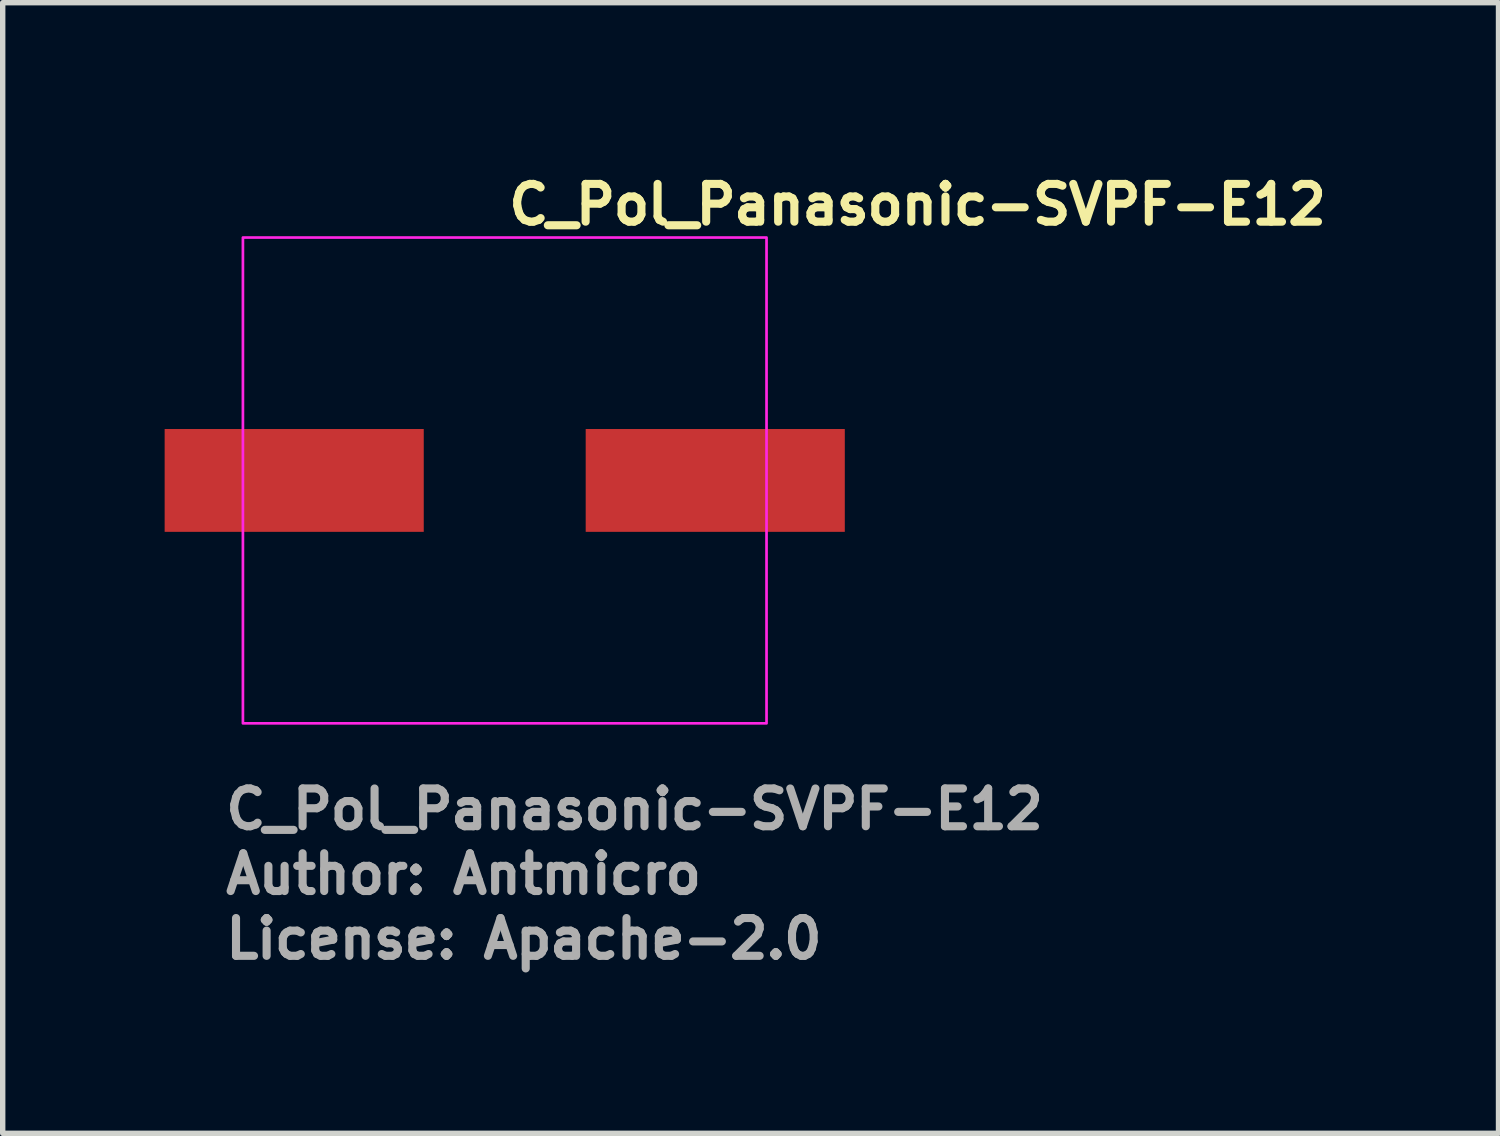
<source format=kicad_pcb>
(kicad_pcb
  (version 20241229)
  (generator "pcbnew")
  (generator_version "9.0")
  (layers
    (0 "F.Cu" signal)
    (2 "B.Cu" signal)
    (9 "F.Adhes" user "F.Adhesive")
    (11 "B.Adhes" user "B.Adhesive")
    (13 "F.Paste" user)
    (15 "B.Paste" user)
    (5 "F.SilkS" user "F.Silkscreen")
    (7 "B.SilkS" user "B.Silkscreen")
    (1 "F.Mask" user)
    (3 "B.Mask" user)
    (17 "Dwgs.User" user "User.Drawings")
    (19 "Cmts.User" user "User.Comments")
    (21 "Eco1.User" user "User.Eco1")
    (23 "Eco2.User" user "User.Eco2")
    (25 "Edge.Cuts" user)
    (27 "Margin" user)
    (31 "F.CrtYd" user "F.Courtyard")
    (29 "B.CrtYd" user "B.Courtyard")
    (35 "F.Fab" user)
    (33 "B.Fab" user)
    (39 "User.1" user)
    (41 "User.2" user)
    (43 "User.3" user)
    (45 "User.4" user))
  (footprint "C_Pol_Panasonic-SVPF-E12"
    (layer "F.Cu")
    (at 6.3 5.85)
    (property "Reference" "C_Pol_Panasonic-SVPF-E12" (at 0 -4.7 0) (unlocked yes) (layer "F.SilkS") (effects (font (size 0.7 0.7) (thickness 0.15)) (justify left bottom)))
    (attr smd)
    (fp_rect (start -4.85 -4.5) (end 4.85 4.5) (stroke (width 0.05) (type solid)) (fill no) (layer "F.CrtYd"))
    (fp_rect (start -4.597 -4.254) (end 4.597 4.254) (stroke (width 0.1) (type solid)) (fill no) (layer "User.5"))
    (fp_line (start -4.597 0.546) (end -4.597 -0.546) (stroke (width 0.02) (type solid)) (layer "User.9"))
    (fp_line (start -4.597 0.546) (end -4.254 0.546) (stroke (width 0.02) (type solid)) (layer "User.9"))
    (fp_line (start -4.254 -2.901) (end -4.254 -1.547) (stroke (width 0.02) (type solid)) (layer "User.9"))
    (fp_line (start -4.254 -1.547) (end -4.254 1.547) (stroke (width 0.02) (type solid)) (layer "User.9"))
    (fp_line (start -4.254 -1.547) (end -3.734 -1.547) (stroke (width 0.02) (type solid)) (layer "User.9"))
    (fp_line (start -4.254 -0.546) (end -4.597 -0.546) (stroke (width 0.02) (type solid)) (layer "User.9"))
    (fp_line (start -4.254 1.547) (end -4.254 2.901) (stroke (width 0.02) (type solid)) (layer "User.9"))
    (fp_line (start -4.254 2.901) (end -2.901 4.254) (stroke (width 0.02) (type solid)) (layer "User.9"))
    (fp_line (start -4.039 0) (end -4.039 0) (stroke (width 0.02) (type solid)) (layer "User.9"))
    (fp_line (start -4.039 0) (end -4.034 0.208) (stroke (width 0.02) (type solid)) (layer "User.9"))
    (fp_line (start -4.034 -0.208) (end -4.039 0) (stroke (width 0.02) (type solid)) (layer "User.9"))
    (fp_line (start -4.034 0.208) (end -4.018 0.413) (stroke (width 0.02) (type solid)) (layer "User.9"))
    (fp_line (start -4.018 -0.413) (end -4.034 -0.208) (stroke (width 0.02) (type solid)) (layer "User.9"))
    (fp_line (start -4.018 0.413) (end -3.993 0.615) (stroke (width 0.02) (type solid)) (layer "User.9"))
    (fp_line (start -3.993 -0.615) (end -4.018 -0.413) (stroke (width 0.02) (type solid)) (layer "User.9"))
    (fp_line (start -3.993 0.615) (end -3.957 0.814) (stroke (width 0.02) (type solid)) (layer "User.9"))
    (fp_line (start -3.957 -0.814) (end -3.993 -0.615) (stroke (width 0.02) (type solid)) (layer "User.9"))
    (fp_line (start -3.957 0.814) (end -3.912 1.009) (stroke (width 0.02) (type solid)) (layer "User.9"))
    (fp_line (start -3.912 -1.01) (end -3.957 -0.814) (stroke (width 0.02) (type solid)) (layer "User.9"))
    (fp_line (start -3.912 1.009) (end -3.858 1.201) (stroke (width 0.02) (type solid)) (layer "User.9"))
    (fp_line (start -3.858 -1.201) (end -3.912 -1.01) (stroke (width 0.02) (type solid)) (layer "User.9"))
    (fp_line (start -3.858 1.201) (end -3.794 1.389) (stroke (width 0.02) (type solid)) (layer "User.9"))
    (fp_line (start -3.794 -1.389) (end -3.858 -1.201) (stroke (width 0.02) (type solid)) (layer "User.9"))
    (fp_line (start -3.794 1.389) (end -3.722 1.572) (stroke (width 0.02) (type solid)) (layer "User.9"))
    (fp_line (start -3.734 1.547) (end -4.254 1.547) (stroke (width 0.02) (type solid)) (layer "User.9"))
    (fp_line (start -3.734 1.547) (end -3.653 1.73) (stroke (width 0.02) (type solid)) (layer "User.9"))
    (fp_line (start -3.722 -1.572) (end -3.794 -1.389) (stroke (width 0.02) (type solid)) (layer "User.9"))
    (fp_line (start -3.722 1.572) (end -3.641 1.751) (stroke (width 0.02) (type solid)) (layer "User.9"))
    (fp_line (start -3.653 -1.73) (end -3.734 -1.547) (stroke (width 0.02) (type solid)) (layer "User.9"))
    (fp_line (start -3.653 1.73) (end -3.563 1.908) (stroke (width 0.02) (type solid)) (layer "User.9"))
    (fp_line (start -3.641 -1.751) (end -3.722 -1.572) (stroke (width 0.02) (type solid)) (layer "User.9"))
    (fp_line (start -3.641 1.751) (end -3.552 1.925) (stroke (width 0.02) (type solid)) (layer "User.9"))
    (fp_line (start -3.563 -1.909) (end -3.653 -1.73) (stroke (width 0.02) (type solid)) (layer "User.9"))
    (fp_line (start -3.563 1.908) (end -3.465 2.081) (stroke (width 0.02) (type solid)) (layer "User.9"))
    (fp_line (start -3.552 -1.925) (end -3.641 -1.751) (stroke (width 0.02) (type solid)) (layer "User.9"))
    (fp_line (start -3.552 1.925) (end -3.454 2.094) (stroke (width 0.02) (type solid)) (layer "User.9"))
    (fp_line (start -3.465 -2.081) (end -3.563 -1.909) (stroke (width 0.02) (type solid)) (layer "User.9"))
    (fp_line (start -3.465 2.081) (end -3.358 2.249) (stroke (width 0.02) (type solid)) (layer "User.9"))
    (fp_line (start -3.454 -2.095) (end -3.552 -1.925) (stroke (width 0.02) (type solid)) (layer "User.9"))
    (fp_line (start -3.454 2.094) (end -3.349 2.258) (stroke (width 0.02) (type solid)) (layer "User.9"))
    (fp_line (start -3.358 -2.249) (end -3.465 -2.081) (stroke (width 0.02) (type solid)) (layer "User.9"))
    (fp_line (start -3.358 2.249) (end -3.244 2.41) (stroke (width 0.02) (type solid)) (layer "User.9"))
    (fp_line (start -3.349 -2.258) (end -3.454 -2.095) (stroke (width 0.02) (type solid)) (layer "User.9"))
    (fp_line (start -3.349 2.258) (end -3.237 2.417) (stroke (width 0.02) (type solid)) (layer "User.9"))
    (fp_line (start -3.244 -2.41) (end -3.358 -2.249) (stroke (width 0.02) (type solid)) (layer "User.9"))
    (fp_line (start -3.244 2.41) (end -3.123 2.566) (stroke (width 0.02) (type solid)) (layer "User.9"))
    (fp_line (start -3.237 -2.417) (end -3.349 -2.258) (stroke (width 0.02) (type solid)) (layer "User.9"))
    (fp_line (start -3.237 2.417) (end -3.117 2.569) (stroke (width 0.02) (type solid)) (layer "User.9"))
    (fp_line (start -3.123 -2.566) (end -3.244 -2.41) (stroke (width 0.02) (type solid)) (layer "User.9"))
    (fp_line (start -3.123 2.566) (end -2.994 2.715) (stroke (width 0.02) (type solid)) (layer "User.9"))
    (fp_line (start -3.117 -2.569) (end -3.237 -2.417) (stroke (width 0.02) (type solid)) (layer "User.9"))
    (fp_line (start -3.117 2.569) (end -2.99 2.716) (stroke (width 0.02) (type solid)) (layer "User.9"))
    (fp_line (start -2.994 -2.715) (end -3.123 -2.566) (stroke (width 0.02) (type solid)) (layer "User.9"))
    (fp_line (start -2.994 2.715) (end -2.858 2.858) (stroke (width 0.02) (type solid)) (layer "User.9"))
    (fp_line (start -2.99 -2.716) (end -3.117 -2.569) (stroke (width 0.02) (type solid)) (layer "User.9"))
    (fp_line (start -2.99 2.716) (end -2.856 2.856) (stroke (width 0.02) (type solid)) (layer "User.9"))
    (fp_line (start -2.901 -4.254) (end -4.254 -2.901) (stroke (width 0.02) (type solid)) (layer "User.9"))
    (fp_line (start -2.901 4.254) (end -1.547 4.254) (stroke (width 0.02) (type solid)) (layer "User.9"))
    (fp_line (start -2.858 -2.858) (end -2.994 -2.715) (stroke (width 0.02) (type solid)) (layer "User.9"))
    (fp_line (start -2.858 2.858) (end -2.715 2.994) (stroke (width 0.02) (type solid)) (layer "User.9"))
    (fp_line (start -2.856 -2.856) (end -2.99 -2.716) (stroke (width 0.02) (type solid)) (layer "User.9"))
    (fp_line (start -2.856 2.856) (end -2.716 2.99) (stroke (width 0.02) (type solid)) (layer "User.9"))
    (fp_line (start -2.716 -2.99) (end -2.856 -2.856) (stroke (width 0.02) (type solid)) (layer "User.9"))
    (fp_line (start -2.716 2.99) (end -2.569 3.117) (stroke (width 0.02) (type solid)) (layer "User.9"))
    (fp_line (start -2.715 -2.994) (end -2.858 -2.858) (stroke (width 0.02) (type solid)) (layer "User.9"))
    (fp_line (start -2.715 2.994) (end -2.566 3.123) (stroke (width 0.02) (type solid)) (layer "User.9"))
    (fp_line (start -2.569 -3.117) (end -2.716 -2.99) (stroke (width 0.02) (type solid)) (layer "User.9"))
    (fp_line (start -2.569 3.117) (end -2.417 3.237) (stroke (width 0.02) (type solid)) (layer "User.9"))
    (fp_line (start -2.566 -3.123) (end -2.715 -2.994) (stroke (width 0.02) (type solid)) (layer "User.9"))
    (fp_line (start -2.566 3.123) (end -2.41 3.244) (stroke (width 0.02) (type solid)) (layer "User.9"))
    (fp_line (start -2.417 -3.237) (end -2.569 -3.117) (stroke (width 0.02) (type solid)) (layer "User.9"))
    (fp_line (start -2.417 3.237) (end -2.258 3.349) (stroke (width 0.02) (type solid)) (layer "User.9"))
    (fp_line (start -2.41 -3.245) (end -2.566 -3.123) (stroke (width 0.02) (type solid)) (layer "User.9"))
    (fp_line (start -2.41 3.244) (end -2.249 3.358) (stroke (width 0.02) (type solid)) (layer "User.9"))
    (fp_line (start -2.258 -3.349) (end -2.417 -3.237) (stroke (width 0.02) (type solid)) (layer "User.9"))
    (fp_line (start -2.258 3.349) (end -2.094 3.454) (stroke (width 0.02) (type solid)) (layer "User.9"))
    (fp_line (start -2.249 -3.359) (end -2.41 -3.245) (stroke (width 0.02) (type solid)) (layer "User.9"))
    (fp_line (start -2.249 3.358) (end -2.081 3.465) (stroke (width 0.02) (type solid)) (layer "User.9"))
    (fp_line (start -2.094 -3.455) (end -2.258 -3.349) (stroke (width 0.02) (type solid)) (layer "User.9"))
    (fp_line (start -2.094 3.454) (end -1.925 3.552) (stroke (width 0.02) (type solid)) (layer "User.9"))
    (fp_line (start -2.081 -3.465) (end -2.249 -3.359) (stroke (width 0.02) (type solid)) (layer "User.9"))
    (fp_line (start -2.081 3.465) (end -1.908 3.563) (stroke (width 0.02) (type solid)) (layer "User.9"))
    (fp_line (start -1.925 -3.552) (end -2.094 -3.455) (stroke (width 0.02) (type solid)) (layer "User.9"))
    (fp_line (start -1.925 3.552) (end -1.751 3.641) (stroke (width 0.02) (type solid)) (layer "User.9"))
    (fp_line (start -1.908 -3.563) (end -2.081 -3.465) (stroke (width 0.02) (type solid)) (layer "User.9"))
    (fp_line (start -1.908 3.563) (end -1.73 3.653) (stroke (width 0.02) (type solid)) (layer "User.9"))
    (fp_line (start -1.751 -3.641) (end -1.925 -3.552) (stroke (width 0.02) (type solid)) (layer "User.9"))
    (fp_line (start -1.751 3.641) (end -1.572 3.722) (stroke (width 0.02) (type solid)) (layer "User.9"))
    (fp_line (start -1.73 -3.653) (end -1.908 -3.563) (stroke (width 0.02) (type solid)) (layer "User.9"))
    (fp_line (start -1.73 3.653) (end -1.547 3.734) (stroke (width 0.02) (type solid)) (layer "User.9"))
    (fp_line (start -1.572 -3.722) (end -1.751 -3.641) (stroke (width 0.02) (type solid)) (layer "User.9"))
    (fp_line (start -1.572 3.722) (end -1.389 3.794) (stroke (width 0.02) (type solid)) (layer "User.9"))
    (fp_line (start -1.547 -4.254) (end -2.901 -4.254) (stroke (width 0.02) (type solid)) (layer "User.9"))
    (fp_line (start -1.547 -3.734) (end -1.73 -3.653) (stroke (width 0.02) (type solid)) (layer "User.9"))
    (fp_line (start -1.547 -3.734) (end -1.547 -4.254) (stroke (width 0.02) (type solid)) (layer "User.9"))
    (fp_line (start -1.547 4.254) (end -1.547 3.734) (stroke (width 0.02) (type solid)) (layer "User.9"))
    (fp_line (start -1.547 4.254) (end 1.547 4.254) (stroke (width 0.02) (type solid)) (layer "User.9"))
    (fp_line (start -1.389 -3.794) (end -1.572 -3.722) (stroke (width 0.02) (type solid)) (layer "User.9"))
    (fp_line (start -1.389 3.794) (end -1.201 3.858) (stroke (width 0.02) (type solid)) (layer "User.9"))
    (fp_line (start -1.201 -3.858) (end -1.389 -3.794) (stroke (width 0.02) (type solid)) (layer "User.9"))
    (fp_line (start -1.201 3.858) (end -1.009 3.912) (stroke (width 0.02) (type solid)) (layer "User.9"))
    (fp_line (start -1.009 -3.912) (end -1.201 -3.858) (stroke (width 0.02) (type solid)) (layer "User.9"))
    (fp_line (start -1.009 3.912) (end -0.814 3.957) (stroke (width 0.02) (type solid)) (layer "User.9"))
    (fp_line (start -0.814 -3.957) (end -1.009 -3.912) (stroke (width 0.02) (type solid)) (layer "User.9"))
    (fp_line (start -0.814 3.957) (end -0.615 3.993) (stroke (width 0.02) (type solid)) (layer "User.9"))
    (fp_line (start -0.615 -3.993) (end -0.814 -3.957) (stroke (width 0.02) (type solid)) (layer "User.9"))
    (fp_line (start -0.615 3.993) (end -0.413 4.018) (stroke (width 0.02) (type solid)) (layer "User.9"))
    (fp_line (start -0.413 -4.018) (end -0.615 -3.993) (stroke (width 0.02) (type solid)) (layer "User.9"))
    (fp_line (start -0.413 4.018) (end -0.208 4.034) (stroke (width 0.02) (type solid)) (layer "User.9"))
    (fp_line (start -0.208 -4.034) (end -0.413 -4.018) (stroke (width 0.02) (type solid)) (layer "User.9"))
    (fp_line (start -0.208 4.034) (end 0 4.039) (stroke (width 0.02) (type solid)) (layer "User.9"))
    (fp_line (start 0 -4.039) (end -0.208 -4.034) (stroke (width 0.02) (type solid)) (layer "User.9"))
    (fp_line (start 0 -4.039) (end 0 -4.039) (stroke (width 0.02) (type solid)) (layer "User.9"))
    (fp_line (start 0 4.039) (end 0 4.039) (stroke (width 0.02) (type solid)) (layer "User.9"))
    (fp_line (start 0 4.039) (end 0.208 4.034) (stroke (width 0.02) (type solid)) (layer "User.9"))
    (fp_line (start 0.208 -4.034) (end 0 -4.039) (stroke (width 0.02) (type solid)) (layer "User.9"))
    (fp_line (start 0.208 4.034) (end 0.413 4.018) (stroke (width 0.02) (type solid)) (layer "User.9"))
    (fp_line (start 0.413 -4.018) (end 0.208 -4.034) (stroke (width 0.02) (type solid)) (layer "User.9"))
    (fp_line (start 0.413 4.018) (end 0.615 3.993) (stroke (width 0.02) (type solid)) (layer "User.9"))
    (fp_line (start 0.615 -3.993) (end 0.413 -4.018) (stroke (width 0.02) (type solid)) (layer "User.9"))
    (fp_line (start 0.615 3.993) (end 0.814 3.957) (stroke (width 0.02) (type solid)) (layer "User.9"))
    (fp_line (start 0.814 -3.957) (end 0.615 -3.993) (stroke (width 0.02) (type solid)) (layer "User.9"))
    (fp_line (start 0.814 3.957) (end 1.01 3.912) (stroke (width 0.02) (type solid)) (layer "User.9"))
    (fp_line (start 1.01 -3.912) (end 0.814 -3.957) (stroke (width 0.02) (type solid)) (layer "User.9"))
    (fp_line (start 1.01 3.912) (end 1.201 3.858) (stroke (width 0.02) (type solid)) (layer "User.9"))
    (fp_line (start 1.201 -3.858) (end 1.01 -3.912) (stroke (width 0.02) (type solid)) (layer "User.9"))
    (fp_line (start 1.201 3.858) (end 1.389 3.794) (stroke (width 0.02) (type solid)) (layer "User.9"))
    (fp_line (start 1.389 -3.794) (end 1.201 -3.858) (stroke (width 0.02) (type solid)) (layer "User.9"))
    (fp_line (start 1.389 3.794) (end 1.572 3.722) (stroke (width 0.02) (type solid)) (layer "User.9"))
    (fp_line (start 1.547 -4.254) (end -1.547 -4.254) (stroke (width 0.02) (type solid)) (layer "User.9"))
    (fp_line (start 1.547 -4.254) (end 1.547 -3.734) (stroke (width 0.02) (type solid)) (layer "User.9"))
    (fp_line (start 1.547 3.734) (end 1.547 4.254) (stroke (width 0.02) (type solid)) (layer "User.9"))
    (fp_line (start 1.547 3.734) (end 1.73 3.653) (stroke (width 0.02) (type solid)) (layer "User.9"))
    (fp_line (start 1.547 4.254) (end 4.254 4.254) (stroke (width 0.02) (type solid)) (layer "User.9"))
    (fp_line (start 1.572 -3.722) (end 1.389 -3.794) (stroke (width 0.02) (type solid)) (layer "User.9"))
    (fp_line (start 1.572 3.722) (end 1.751 3.641) (stroke (width 0.02) (type solid)) (layer "User.9"))
    (fp_line (start 1.73 -3.653) (end 1.547 -3.734) (stroke (width 0.02) (type solid)) (layer "User.9"))
    (fp_line (start 1.73 3.653) (end 1.909 3.563) (stroke (width 0.02) (type solid)) (layer "User.9"))
    (fp_line (start 1.751 -3.641) (end 1.572 -3.722) (stroke (width 0.02) (type solid)) (layer "User.9"))
    (fp_line (start 1.751 3.641) (end 1.925 3.552) (stroke (width 0.02) (type solid)) (layer "User.9"))
    (fp_line (start 1.909 -3.563) (end 1.73 -3.653) (stroke (width 0.02) (type solid)) (layer "User.9"))
    (fp_line (start 1.909 3.563) (end 2.081 3.465) (stroke (width 0.02) (type solid)) (layer "User.9"))
    (fp_line (start 1.925 -3.552) (end 1.751 -3.641) (stroke (width 0.02) (type solid)) (layer "User.9"))
    (fp_line (start 1.925 3.552) (end 2.095 3.454) (stroke (width 0.02) (type solid)) (layer "User.9"))
    (fp_line (start 2.081 -3.465) (end 1.909 -3.563) (stroke (width 0.02) (type solid)) (layer "User.9"))
    (fp_line (start 2.081 3.465) (end 2.249 3.358) (stroke (width 0.02) (type solid)) (layer "User.9"))
    (fp_line (start 2.095 -3.455) (end 1.925 -3.552) (stroke (width 0.02) (type solid)) (layer "User.9"))
    (fp_line (start 2.095 3.454) (end 2.258 3.349) (stroke (width 0.02) (type solid)) (layer "User.9"))
    (fp_line (start 2.249 -3.359) (end 2.081 -3.465) (stroke (width 0.02) (type solid)) (layer "User.9"))
    (fp_line (start 2.249 3.358) (end 2.41 3.244) (stroke (width 0.02) (type solid)) (layer "User.9"))
    (fp_line (start 2.258 -3.349) (end 2.095 -3.455) (stroke (width 0.02) (type solid)) (layer "User.9"))
    (fp_line (start 2.258 3.349) (end 2.417 3.237) (stroke (width 0.02) (type solid)) (layer "User.9"))
    (fp_line (start 2.41 -3.245) (end 2.249 -3.359) (stroke (width 0.02) (type solid)) (layer "User.9"))
    (fp_line (start 2.41 3.244) (end 2.566 3.123) (stroke (width 0.02) (type solid)) (layer "User.9"))
    (fp_line (start 2.417 -3.237) (end 2.258 -3.349) (stroke (width 0.02) (type solid)) (layer "User.9"))
    (fp_line (start 2.417 3.237) (end 2.569 3.117) (stroke (width 0.02) (type solid)) (layer "User.9"))
    (fp_line (start 2.566 -3.123) (end 2.41 -3.245) (stroke (width 0.02) (type solid)) (layer "User.9"))
    (fp_line (start 2.566 3.123) (end 2.715 2.994) (stroke (width 0.02) (type solid)) (layer "User.9"))
    (fp_line (start 2.569 -3.117) (end 2.417 -3.237) (stroke (width 0.02) (type solid)) (layer "User.9"))
    (fp_line (start 2.569 3.117) (end 2.716 2.99) (stroke (width 0.02) (type solid)) (layer "User.9"))
    (fp_line (start 2.715 -2.994) (end 2.566 -3.123) (stroke (width 0.02) (type solid)) (layer "User.9"))
    (fp_line (start 2.715 2.994) (end 2.858 2.858) (stroke (width 0.02) (type solid)) (layer "User.9"))
    (fp_line (start 2.716 -2.99) (end 2.569 -3.117) (stroke (width 0.02) (type solid)) (layer "User.9"))
    (fp_line (start 2.716 2.99) (end 2.856 2.856) (stroke (width 0.02) (type solid)) (layer "User.9"))
    (fp_line (start 2.856 -2.856) (end 2.716 -2.99) (stroke (width 0.02) (type solid)) (layer "User.9"))
    (fp_line (start 2.856 2.856) (end 2.99 2.716) (stroke (width 0.02) (type solid)) (layer "User.9"))
    (fp_line (start 2.858 -2.858) (end 2.715 -2.994) (stroke (width 0.02) (type solid)) (layer "User.9"))
    (fp_line (start 2.858 2.858) (end 2.994 2.715) (stroke (width 0.02) (type solid)) (layer "User.9"))
    (fp_line (start 2.99 -2.716) (end 2.856 -2.856) (stroke (width 0.02) (type solid)) (layer "User.9"))
    (fp_line (start 2.99 2.716) (end 3.117 2.569) (stroke (width 0.02) (type solid)) (layer "User.9"))
    (fp_line (start 2.994 -2.715) (end 2.858 -2.858) (stroke (width 0.02) (type solid)) (layer "User.9"))
    (fp_line (start 2.994 2.715) (end 3.123 2.566) (stroke (width 0.02) (type solid)) (layer "User.9"))
    (fp_line (start 3.117 -2.569) (end 2.99 -2.716) (stroke (width 0.02) (type solid)) (layer "User.9"))
    (fp_line (start 3.117 2.569) (end 3.237 2.417) (stroke (width 0.02) (type solid)) (layer "User.9"))
    (fp_line (start 3.123 -2.566) (end 2.994 -2.715) (stroke (width 0.02) (type solid)) (layer "User.9"))
    (fp_line (start 3.123 2.566) (end 3.244 2.41) (stroke (width 0.02) (type solid)) (layer "User.9"))
    (fp_line (start 3.237 -2.417) (end 3.117 -2.569) (stroke (width 0.02) (type solid)) (layer "User.9"))
    (fp_line (start 3.237 2.417) (end 3.349 2.258) (stroke (width 0.02) (type solid)) (layer "User.9"))
    (fp_line (start 3.244 -2.41) (end 3.123 -2.566) (stroke (width 0.02) (type solid)) (layer "User.9"))
    (fp_line (start 3.244 2.41) (end 3.359 2.249) (stroke (width 0.02) (type solid)) (layer "User.9"))
    (fp_line (start 3.349 -2.258) (end 3.237 -2.417) (stroke (width 0.02) (type solid)) (layer "User.9"))
    (fp_line (start 3.349 2.258) (end 3.455 2.094) (stroke (width 0.02) (type solid)) (layer "User.9"))
    (fp_line (start 3.359 -2.249) (end 3.244 -2.41) (stroke (width 0.02) (type solid)) (layer "User.9"))
    (fp_line (start 3.359 2.249) (end 3.465 2.081) (stroke (width 0.02) (type solid)) (layer "User.9"))
    (fp_line (start 3.455 -2.095) (end 3.349 -2.258) (stroke (width 0.02) (type solid)) (layer "User.9"))
    (fp_line (start 3.455 2.094) (end 3.552 1.925) (stroke (width 0.02) (type solid)) (layer "User.9"))
    (fp_line (start 3.465 -2.081) (end 3.359 -2.249) (stroke (width 0.02) (type solid)) (layer "User.9"))
    (fp_line (start 3.465 2.081) (end 3.563 1.908) (stroke (width 0.02) (type solid)) (layer "User.9"))
    (fp_line (start 3.552 -1.925) (end 3.455 -2.095) (stroke (width 0.02) (type solid)) (layer "User.9"))
    (fp_line (start 3.552 1.925) (end 3.641 1.751) (stroke (width 0.02) (type solid)) (layer "User.9"))
    (fp_line (start 3.563 -1.909) (end 3.465 -2.081) (stroke (width 0.02) (type solid)) (layer "User.9"))
    (fp_line (start 3.563 1.908) (end 3.653 1.73) (stroke (width 0.02) (type solid)) (layer "User.9"))
    (fp_line (start 3.641 -1.751) (end 3.552 -1.925) (stroke (width 0.02) (type solid)) (layer "User.9"))
    (fp_line (start 3.641 1.751) (end 3.722 1.572) (stroke (width 0.02) (type solid)) (layer "User.9"))
    (fp_line (start 3.653 -1.73) (end 3.563 -1.909) (stroke (width 0.02) (type solid)) (layer "User.9"))
    (fp_line (start 3.653 1.73) (end 3.734 1.547) (stroke (width 0.02) (type solid)) (layer "User.9"))
    (fp_line (start 3.722 -1.572) (end 3.641 -1.751) (stroke (width 0.02) (type solid)) (layer "User.9"))
    (fp_line (start 3.722 1.572) (end 3.794 1.389) (stroke (width 0.02) (type solid)) (layer "User.9"))
    (fp_line (start 3.734 -1.547) (end 3.653 -1.73) (stroke (width 0.02) (type solid)) (layer "User.9"))
    (fp_line (start 3.734 -1.547) (end 4.254 -1.547) (stroke (width 0.02) (type solid)) (layer "User.9"))
    (fp_line (start 3.794 -1.389) (end 3.722 -1.572) (stroke (width 0.02) (type solid)) (layer "User.9"))
    (fp_line (start 3.794 1.389) (end 3.858 1.201) (stroke (width 0.02) (type solid)) (layer "User.9"))
    (fp_line (start 3.858 -1.201) (end 3.794 -1.389) (stroke (width 0.02) (type solid)) (layer "User.9"))
    (fp_line (start 3.858 1.201) (end 3.912 1.009) (stroke (width 0.02) (type solid)) (layer "User.9"))
    (fp_line (start 3.912 -1.01) (end 3.858 -1.201) (stroke (width 0.02) (type solid)) (layer "User.9"))
    (fp_line (start 3.912 1.009) (end 3.957 0.814) (stroke (width 0.02) (type solid)) (layer "User.9"))
    (fp_line (start 3.957 -0.814) (end 3.912 -1.01) (stroke (width 0.02) (type solid)) (layer "User.9"))
    (fp_line (start 3.957 0.814) (end 3.993 0.615) (stroke (width 0.02) (type solid)) (layer "User.9"))
    (fp_line (start 3.993 -0.615) (end 3.957 -0.814) (stroke (width 0.02) (type solid)) (layer "User.9"))
    (fp_line (start 3.993 0.615) (end 4.018 0.413) (stroke (width 0.02) (type solid)) (layer "User.9"))
    (fp_line (start 4.018 -0.413) (end 3.993 -0.615) (stroke (width 0.02) (type solid)) (layer "User.9"))
    (fp_line (start 4.018 0.413) (end 4.034 0.208) (stroke (width 0.02) (type solid)) (layer "User.9"))
    (fp_line (start 4.034 -0.208) (end 4.018 -0.413) (stroke (width 0.02) (type solid)) (layer "User.9"))
    (fp_line (start 4.034 0.208) (end 4.039 0) (stroke (width 0.02) (type solid)) (layer "User.9"))
    (fp_line (start 4.039 0) (end 4.034 -0.208) (stroke (width 0.02) (type solid)) (layer "User.9"))
    (fp_line (start 4.039 0) (end 4.039 0) (stroke (width 0.02) (type solid)) (layer "User.9"))
    (fp_line (start 4.039 0) (end 4.039 0) (stroke (width 0.02) (type solid)) (layer "User.9"))
    (fp_line (start 4.254 -4.254) (end 1.547 -4.254) (stroke (width 0.02) (type solid)) (layer "User.9"))
    (fp_line (start 4.254 -1.547) (end 4.254 -4.254) (stroke (width 0.02) (type solid)) (layer "User.9"))
    (fp_line (start 4.254 0.546) (end 4.597 0.546) (stroke (width 0.02) (type solid)) (layer "User.9"))
    (fp_line (start 4.254 1.547) (end 3.734 1.547) (stroke (width 0.02) (type solid)) (layer "User.9"))
    (fp_line (start 4.254 1.547) (end 4.254 -1.547) (stroke (width 0.02) (type solid)) (layer "User.9"))
    (fp_line (start 4.254 4.254) (end 4.254 1.547) (stroke (width 0.02) (type solid)) (layer "User.9"))
    (fp_line (start 4.597 -0.546) (end 4.254 -0.546) (stroke (width 0.02) (type solid)) (layer "User.9"))
    (fp_line (start 4.597 -0.546) (end 4.597 0.546) (stroke (width 0.02) (type solid)) (layer "User.9"))
    (fp_text user "License: Apache-2.0" (at -5.243 8.9 0) (layer "F.Fab") (effects (font (size 0.7 0.7) (thickness 0.15)) (justify left bottom)))
    (fp_text user "${REFERENCE}" (at -5.243 6.5 0) (layer "F.Fab") (effects (font (size 0.7 0.7) (thickness 0.15)) (justify left bottom)))
    (fp_text user "Author: Antmicro" (at -5.243 7.7 0) (layer "F.Fab") (effects (font (size 0.7 0.7) (thickness 0.15)) (justify left bottom)))
    (pad "1" smd rect (at -3.9 0) (size 4.8 1.905) (layers "F.Cu" "F.Mask" "F.Paste"))
    (pad "2" smd rect (at 3.9 0) (size 4.8 1.905) (layers "F.Cu" "F.Mask" "F.Paste")))
  (gr_rect
    (start -3 -3)
    (end 24.71 17.945)
    (stroke (width 0.1) (type default))
    (fill no)
    (layer "Edge.Cuts")))
</source>
